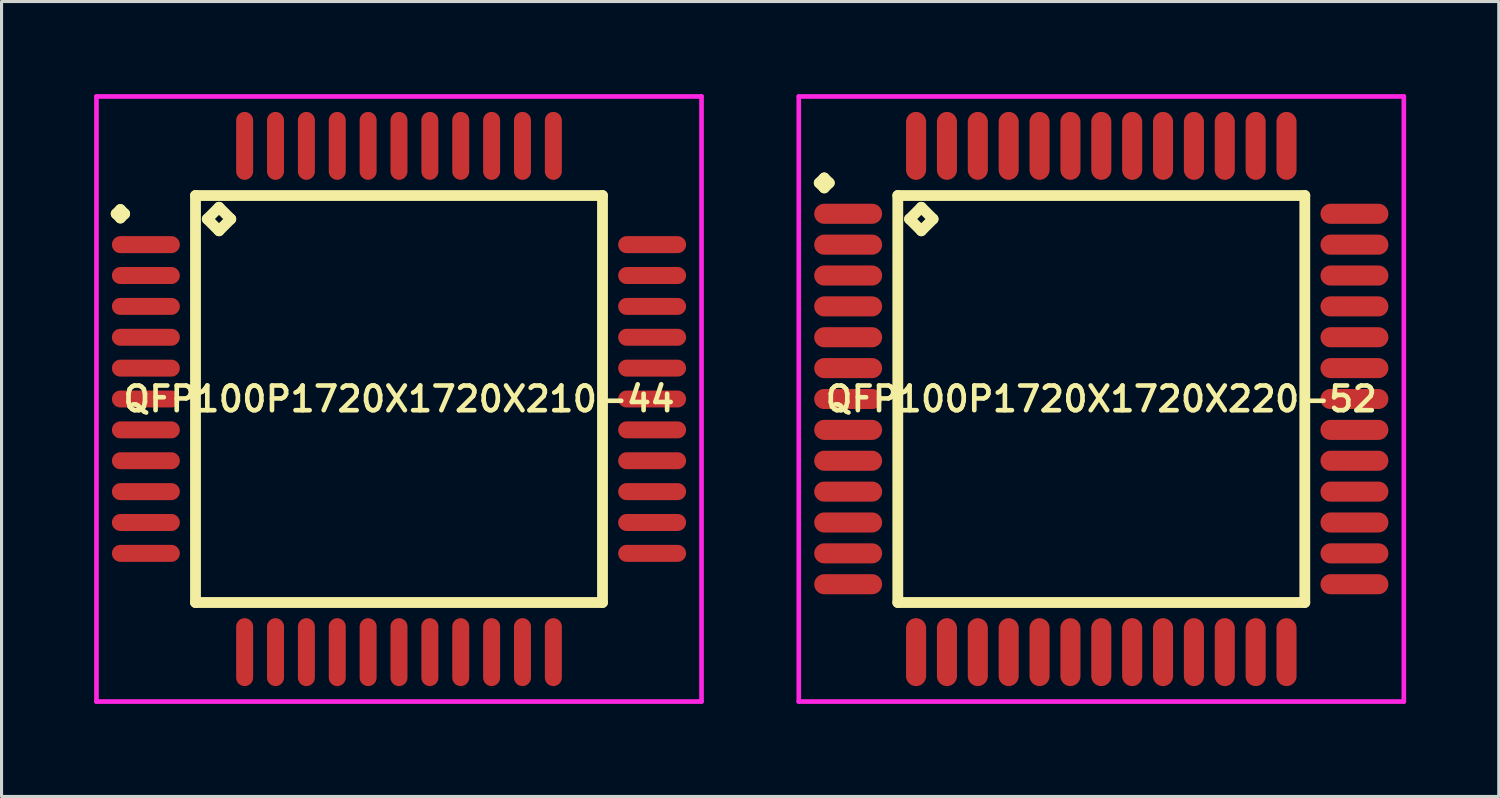
<source format=kicad_pcb>
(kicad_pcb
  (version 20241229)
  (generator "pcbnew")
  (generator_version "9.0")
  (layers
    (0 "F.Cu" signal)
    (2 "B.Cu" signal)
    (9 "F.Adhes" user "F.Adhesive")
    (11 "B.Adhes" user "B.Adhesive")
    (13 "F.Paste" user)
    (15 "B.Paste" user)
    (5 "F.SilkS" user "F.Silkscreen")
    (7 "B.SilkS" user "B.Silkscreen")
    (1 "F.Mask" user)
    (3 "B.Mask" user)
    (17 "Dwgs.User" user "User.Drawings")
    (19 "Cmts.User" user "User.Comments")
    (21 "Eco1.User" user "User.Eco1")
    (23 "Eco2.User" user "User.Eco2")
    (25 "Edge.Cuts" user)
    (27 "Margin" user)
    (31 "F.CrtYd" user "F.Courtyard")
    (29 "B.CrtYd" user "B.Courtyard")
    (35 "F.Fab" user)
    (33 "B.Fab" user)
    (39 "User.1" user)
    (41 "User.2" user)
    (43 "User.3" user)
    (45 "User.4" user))
  (footprint "QFP100P1720X1720X210-44"
    (layer "F.Cu")
    (at 9.875 9.875)
    (property "Reference" "QFP100P1720X1720X210-44" (at 0 0 0) (layer "F.SilkS") (effects (font (size 0.8 0.8) (thickness 0.15))))
    (attr smd)
    (fp_line (start -9.162 -6) (end -9.025 -6.138) (stroke (width 0.35) (type solid)) (layer "F.SilkS"))
    (fp_line (start -9.025 -6.138) (end -8.887 -6) (stroke (width 0.35) (type solid)) (layer "F.SilkS"))
    (fp_line (start -9.025 -5.862) (end -9.162 -6) (stroke (width 0.35) (type solid)) (layer "F.SilkS"))
    (fp_line (start -8.887 -6) (end -9.025 -5.862) (stroke (width 0.35) (type solid)) (layer "F.SilkS"))
    (fp_line (start -6.592 -6.592) (end -6.592 6.592) (stroke (width 0.35) (type solid)) (layer "F.SilkS"))
    (fp_line (start -6.592 6.592) (end 6.592 6.592) (stroke (width 0.35) (type solid)) (layer "F.SilkS"))
    (fp_line (start -6.211 -5.83) (end -5.83 -6.211) (stroke (width 0.35) (type solid)) (layer "F.SilkS"))
    (fp_line (start -5.83 -6.211) (end -5.449 -5.83) (stroke (width 0.35) (type solid)) (layer "F.SilkS"))
    (fp_line (start -5.83 -5.449) (end -6.211 -5.83) (stroke (width 0.35) (type solid)) (layer "F.SilkS"))
    (fp_line (start -5.449 -5.83) (end -5.83 -5.449) (stroke (width 0.35) (type solid)) (layer "F.SilkS"))
    (fp_line (start 6.592 -6.592) (end -6.592 -6.592) (stroke (width 0.35) (type solid)) (layer "F.SilkS"))
    (fp_line (start 6.592 6.592) (end 6.592 -6.592) (stroke (width 0.35) (type solid)) (layer "F.SilkS"))
    (fp_line (start -9.8 -9.8) (end 9.8 -9.8) (stroke (width 0.15) (type solid)) (layer "F.CrtYd"))
    (fp_line (start -9.8 9.8) (end -9.8 -9.8) (stroke (width 0.15) (type solid)) (layer "F.CrtYd"))
    (fp_line (start 9.8 -9.8) (end 9.8 9.8) (stroke (width 0.15) (type solid)) (layer "F.CrtYd"))
    (fp_line (start 9.8 9.8) (end -9.8 9.8) (stroke (width 0.15) (type solid)) (layer "F.CrtYd"))
    (pad "1" smd oval (at -8.2 -5) (size 2.2 0.55) (layers "F.Cu" "F.Mask" "F.Paste"))
    (pad "2" smd oval (at -8.2 -4) (size 2.2 0.55) (layers "F.Cu" "F.Mask" "F.Paste"))
    (pad "3" smd oval (at -8.2 -3) (size 2.2 0.55) (layers "F.Cu" "F.Mask" "F.Paste"))
    (pad "4" smd oval (at -8.2 -2) (size 2.2 0.55) (layers "F.Cu" "F.Mask" "F.Paste"))
    (pad "5" smd oval (at -8.2 -1) (size 2.2 0.55) (layers "F.Cu" "F.Mask" "F.Paste"))
    (pad "6" smd oval (at -8.2 0) (size 2.2 0.55) (layers "F.Cu" "F.Mask" "F.Paste"))
    (pad "7" smd oval (at -8.2 1) (size 2.2 0.55) (layers "F.Cu" "F.Mask" "F.Paste"))
    (pad "8" smd oval (at -8.2 2) (size 2.2 0.55) (layers "F.Cu" "F.Mask" "F.Paste"))
    (pad "9" smd oval (at -8.2 3) (size 2.2 0.55) (layers "F.Cu" "F.Mask" "F.Paste"))
    (pad "10" smd oval (at -8.2 4) (size 2.2 0.55) (layers "F.Cu" "F.Mask" "F.Paste"))
    (pad "11" smd oval (at -8.2 5) (size 2.2 0.55) (layers "F.Cu" "F.Mask" "F.Paste"))
    (pad "12" smd oval (at -5 8.2) (size 0.55 2.2) (layers "F.Cu" "F.Mask" "F.Paste"))
    (pad "13" smd oval (at -4 8.2) (size 0.55 2.2) (layers "F.Cu" "F.Mask" "F.Paste"))
    (pad "14" smd oval (at -3 8.2) (size 0.55 2.2) (layers "F.Cu" "F.Mask" "F.Paste"))
    (pad "15" smd oval (at -2 8.2) (size 0.55 2.2) (layers "F.Cu" "F.Mask" "F.Paste"))
    (pad "16" smd oval (at -1 8.2) (size 0.55 2.2) (layers "F.Cu" "F.Mask" "F.Paste"))
    (pad "17" smd oval (at 0 8.2) (size 0.55 2.2) (layers "F.Cu" "F.Mask" "F.Paste"))
    (pad "18" smd oval (at 1 8.2) (size 0.55 2.2) (layers "F.Cu" "F.Mask" "F.Paste"))
    (pad "19" smd oval (at 2 8.2) (size 0.55 2.2) (layers "F.Cu" "F.Mask" "F.Paste"))
    (pad "20" smd oval (at 3 8.2) (size 0.55 2.2) (layers "F.Cu" "F.Mask" "F.Paste"))
    (pad "21" smd oval (at 4 8.2) (size 0.55 2.2) (layers "F.Cu" "F.Mask" "F.Paste"))
    (pad "22" smd oval (at 5 8.2) (size 0.55 2.2) (layers "F.Cu" "F.Mask" "F.Paste"))
    (pad "23" smd oval (at 8.2 5) (size 2.2 0.55) (layers "F.Cu" "F.Mask" "F.Paste"))
    (pad "24" smd oval (at 8.2 4) (size 2.2 0.55) (layers "F.Cu" "F.Mask" "F.Paste"))
    (pad "25" smd oval (at 8.2 3) (size 2.2 0.55) (layers "F.Cu" "F.Mask" "F.Paste"))
    (pad "26" smd oval (at 8.2 2) (size 2.2 0.55) (layers "F.Cu" "F.Mask" "F.Paste"))
    (pad "27" smd oval (at 8.2 1) (size 2.2 0.55) (layers "F.Cu" "F.Mask" "F.Paste"))
    (pad "28" smd oval (at 8.2 0) (size 2.2 0.55) (layers "F.Cu" "F.Mask" "F.Paste"))
    (pad "29" smd oval (at 8.2 -1) (size 2.2 0.55) (layers "F.Cu" "F.Mask" "F.Paste"))
    (pad "30" smd oval (at 8.2 -2) (size 2.2 0.55) (layers "F.Cu" "F.Mask" "F.Paste"))
    (pad "31" smd oval (at 8.2 -3) (size 2.2 0.55) (layers "F.Cu" "F.Mask" "F.Paste"))
    (pad "32" smd oval (at 8.2 -4) (size 2.2 0.55) (layers "F.Cu" "F.Mask" "F.Paste"))
    (pad "33" smd oval (at 8.2 -5) (size 2.2 0.55) (layers "F.Cu" "F.Mask" "F.Paste"))
    (pad "34" smd oval (at 5 -8.2) (size 0.55 2.2) (layers "F.Cu" "F.Mask" "F.Paste"))
    (pad "35" smd oval (at 4 -8.2) (size 0.55 2.2) (layers "F.Cu" "F.Mask" "F.Paste"))
    (pad "36" smd oval (at 3 -8.2) (size 0.55 2.2) (layers "F.Cu" "F.Mask" "F.Paste"))
    (pad "37" smd oval (at 2 -8.2) (size 0.55 2.2) (layers "F.Cu" "F.Mask" "F.Paste"))
    (pad "38" smd oval (at 1 -8.2) (size 0.55 2.2) (layers "F.Cu" "F.Mask" "F.Paste"))
    (pad "39" smd oval (at 0 -8.2) (size 0.55 2.2) (layers "F.Cu" "F.Mask" "F.Paste"))
    (pad "40" smd oval (at -1 -8.2) (size 0.55 2.2) (layers "F.Cu" "F.Mask" "F.Paste"))
    (pad "41" smd oval (at -2 -8.2) (size 0.55 2.2) (layers "F.Cu" "F.Mask" "F.Paste"))
    (pad "42" smd oval (at -3 -8.2) (size 0.55 2.2) (layers "F.Cu" "F.Mask" "F.Paste"))
    (pad "43" smd oval (at -4 -8.2) (size 0.55 2.2) (layers "F.Cu" "F.Mask" "F.Paste"))
    (pad "44" smd oval (at -5 -8.2) (size 0.55 2.2) (layers "F.Cu" "F.Mask" "F.Paste")))
  (footprint "QFP100P1720X1720X220-52"
    (layer "F.Cu")
    (at 32.625 9.875)
    (property "Reference" "QFP100P1720X1720X220-52" (at 0 0 0) (layer "F.SilkS") (effects (font (size 0.8 0.8) (thickness 0.15))))
    (attr smd)
    (fp_line (start -9.137 -7) (end -8.975 -7.162) (stroke (width 0.35) (type solid)) (layer "F.SilkS"))
    (fp_line (start -8.975 -7.162) (end -8.812 -7) (stroke (width 0.35) (type solid)) (layer "F.SilkS"))
    (fp_line (start -8.975 -6.838) (end -9.137 -7) (stroke (width 0.35) (type solid)) (layer "F.SilkS"))
    (fp_line (start -8.812 -7) (end -8.975 -6.838) (stroke (width 0.35) (type solid)) (layer "F.SilkS"))
    (fp_line (start -6.592 -6.592) (end -6.592 6.592) (stroke (width 0.35) (type solid)) (layer "F.SilkS"))
    (fp_line (start -6.592 6.592) (end 6.592 6.592) (stroke (width 0.35) (type solid)) (layer "F.SilkS"))
    (fp_line (start -6.211 -5.83) (end -5.83 -6.211) (stroke (width 0.35) (type solid)) (layer "F.SilkS"))
    (fp_line (start -5.83 -6.211) (end -5.449 -5.83) (stroke (width 0.35) (type solid)) (layer "F.SilkS"))
    (fp_line (start -5.83 -5.449) (end -6.211 -5.83) (stroke (width 0.35) (type solid)) (layer "F.SilkS"))
    (fp_line (start -5.449 -5.83) (end -5.83 -5.449) (stroke (width 0.35) (type solid)) (layer "F.SilkS"))
    (fp_line (start 6.592 -6.592) (end -6.592 -6.592) (stroke (width 0.35) (type solid)) (layer "F.SilkS"))
    (fp_line (start 6.592 6.592) (end 6.592 -6.592) (stroke (width 0.35) (type solid)) (layer "F.SilkS"))
    (fp_line (start -9.8 -9.8) (end 9.8 -9.8) (stroke (width 0.15) (type solid)) (layer "F.CrtYd"))
    (fp_line (start -9.8 9.8) (end -9.8 -9.8) (stroke (width 0.15) (type solid)) (layer "F.CrtYd"))
    (fp_line (start 9.8 -9.8) (end 9.8 9.8) (stroke (width 0.15) (type solid)) (layer "F.CrtYd"))
    (fp_line (start 9.8 9.8) (end -9.8 9.8) (stroke (width 0.15) (type solid)) (layer "F.CrtYd"))
    (pad "1" smd oval (at -8.2 -6) (size 2.2 0.65) (layers "F.Cu" "F.Mask" "F.Paste"))
    (pad "2" smd oval (at -8.2 -5) (size 2.2 0.65) (layers "F.Cu" "F.Mask" "F.Paste"))
    (pad "3" smd oval (at -8.2 -4) (size 2.2 0.65) (layers "F.Cu" "F.Mask" "F.Paste"))
    (pad "4" smd oval (at -8.2 -3) (size 2.2 0.65) (layers "F.Cu" "F.Mask" "F.Paste"))
    (pad "5" smd oval (at -8.2 -2) (size 2.2 0.65) (layers "F.Cu" "F.Mask" "F.Paste"))
    (pad "6" smd oval (at -8.2 -1) (size 2.2 0.65) (layers "F.Cu" "F.Mask" "F.Paste"))
    (pad "7" smd oval (at -8.2 0) (size 2.2 0.65) (layers "F.Cu" "F.Mask" "F.Paste"))
    (pad "8" smd oval (at -8.2 1) (size 2.2 0.65) (layers "F.Cu" "F.Mask" "F.Paste"))
    (pad "9" smd oval (at -8.2 2) (size 2.2 0.65) (layers "F.Cu" "F.Mask" "F.Paste"))
    (pad "10" smd oval (at -8.2 3) (size 2.2 0.65) (layers "F.Cu" "F.Mask" "F.Paste"))
    (pad "11" smd oval (at -8.2 4) (size 2.2 0.65) (layers "F.Cu" "F.Mask" "F.Paste"))
    (pad "12" smd oval (at -8.2 5) (size 2.2 0.65) (layers "F.Cu" "F.Mask" "F.Paste"))
    (pad "13" smd oval (at -8.2 6) (size 2.2 0.65) (layers "F.Cu" "F.Mask" "F.Paste"))
    (pad "14" smd oval (at -6 8.2) (size 0.65 2.2) (layers "F.Cu" "F.Mask" "F.Paste"))
    (pad "15" smd oval (at -5 8.2) (size 0.65 2.2) (layers "F.Cu" "F.Mask" "F.Paste"))
    (pad "16" smd oval (at -4 8.2) (size 0.65 2.2) (layers "F.Cu" "F.Mask" "F.Paste"))
    (pad "17" smd oval (at -3 8.2) (size 0.65 2.2) (layers "F.Cu" "F.Mask" "F.Paste"))
    (pad "18" smd oval (at -2 8.2) (size 0.65 2.2) (layers "F.Cu" "F.Mask" "F.Paste"))
    (pad "19" smd oval (at -1 8.2) (size 0.65 2.2) (layers "F.Cu" "F.Mask" "F.Paste"))
    (pad "20" smd oval (at 0 8.2) (size 0.65 2.2) (layers "F.Cu" "F.Mask" "F.Paste"))
    (pad "21" smd oval (at 1 8.2) (size 0.65 2.2) (layers "F.Cu" "F.Mask" "F.Paste"))
    (pad "22" smd oval (at 2 8.2) (size 0.65 2.2) (layers "F.Cu" "F.Mask" "F.Paste"))
    (pad "23" smd oval (at 3 8.2) (size 0.65 2.2) (layers "F.Cu" "F.Mask" "F.Paste"))
    (pad "24" smd oval (at 4 8.2) (size 0.65 2.2) (layers "F.Cu" "F.Mask" "F.Paste"))
    (pad "25" smd oval (at 5 8.2) (size 0.65 2.2) (layers "F.Cu" "F.Mask" "F.Paste"))
    (pad "26" smd oval (at 6 8.2) (size 0.65 2.2) (layers "F.Cu" "F.Mask" "F.Paste"))
    (pad "27" smd oval (at 8.2 6) (size 2.2 0.65) (layers "F.Cu" "F.Mask" "F.Paste"))
    (pad "28" smd oval (at 8.2 5) (size 2.2 0.65) (layers "F.Cu" "F.Mask" "F.Paste"))
    (pad "29" smd oval (at 8.2 4) (size 2.2 0.65) (layers "F.Cu" "F.Mask" "F.Paste"))
    (pad "30" smd oval (at 8.2 3) (size 2.2 0.65) (layers "F.Cu" "F.Mask" "F.Paste"))
    (pad "31" smd oval (at 8.2 2) (size 2.2 0.65) (layers "F.Cu" "F.Mask" "F.Paste"))
    (pad "32" smd oval (at 8.2 1) (size 2.2 0.65) (layers "F.Cu" "F.Mask" "F.Paste"))
    (pad "33" smd oval (at 8.2 0) (size 2.2 0.65) (layers "F.Cu" "F.Mask" "F.Paste"))
    (pad "34" smd oval (at 8.2 -1) (size 2.2 0.65) (layers "F.Cu" "F.Mask" "F.Paste"))
    (pad "35" smd oval (at 8.2 -2) (size 2.2 0.65) (layers "F.Cu" "F.Mask" "F.Paste"))
    (pad "36" smd oval (at 8.2 -3) (size 2.2 0.65) (layers "F.Cu" "F.Mask" "F.Paste"))
    (pad "37" smd oval (at 8.2 -4) (size 2.2 0.65) (layers "F.Cu" "F.Mask" "F.Paste"))
    (pad "38" smd oval (at 8.2 -5) (size 2.2 0.65) (layers "F.Cu" "F.Mask" "F.Paste"))
    (pad "39" smd oval (at 8.2 -6) (size 2.2 0.65) (layers "F.Cu" "F.Mask" "F.Paste"))
    (pad "40" smd oval (at 6 -8.2) (size 0.65 2.2) (layers "F.Cu" "F.Mask" "F.Paste"))
    (pad "41" smd oval (at 5 -8.2) (size 0.65 2.2) (layers "F.Cu" "F.Mask" "F.Paste"))
    (pad "42" smd oval (at 4 -8.2) (size 0.65 2.2) (layers "F.Cu" "F.Mask" "F.Paste"))
    (pad "43" smd oval (at 3 -8.2) (size 0.65 2.2) (layers "F.Cu" "F.Mask" "F.Paste"))
    (pad "44" smd oval (at 2 -8.2) (size 0.65 2.2) (layers "F.Cu" "F.Mask" "F.Paste"))
    (pad "45" smd oval (at 1 -8.2) (size 0.65 2.2) (layers "F.Cu" "F.Mask" "F.Paste"))
    (pad "46" smd oval (at 0 -8.2) (size 0.65 2.2) (layers "F.Cu" "F.Mask" "F.Paste"))
    (pad "47" smd oval (at -1 -8.2) (size 0.65 2.2) (layers "F.Cu" "F.Mask" "F.Paste"))
    (pad "48" smd oval (at -2 -8.2) (size 0.65 2.2) (layers "F.Cu" "F.Mask" "F.Paste"))
    (pad "49" smd oval (at -3 -8.2) (size 0.65 2.2) (layers "F.Cu" "F.Mask" "F.Paste"))
    (pad "50" smd oval (at -4 -8.2) (size 0.65 2.2) (layers "F.Cu" "F.Mask" "F.Paste"))
    (pad "51" smd oval (at -5 -8.2) (size 0.65 2.2) (layers "F.Cu" "F.Mask" "F.Paste"))
    (pad "52" smd oval (at -6 -8.2) (size 0.65 2.2) (layers "F.Cu" "F.Mask" "F.Paste")))
  (gr_rect
    (start -3 -3)
    (end 45.5 22.75)
    (stroke (width 0.1) (type default))
    (fill no)
    (layer "Edge.Cuts")))
</source>
